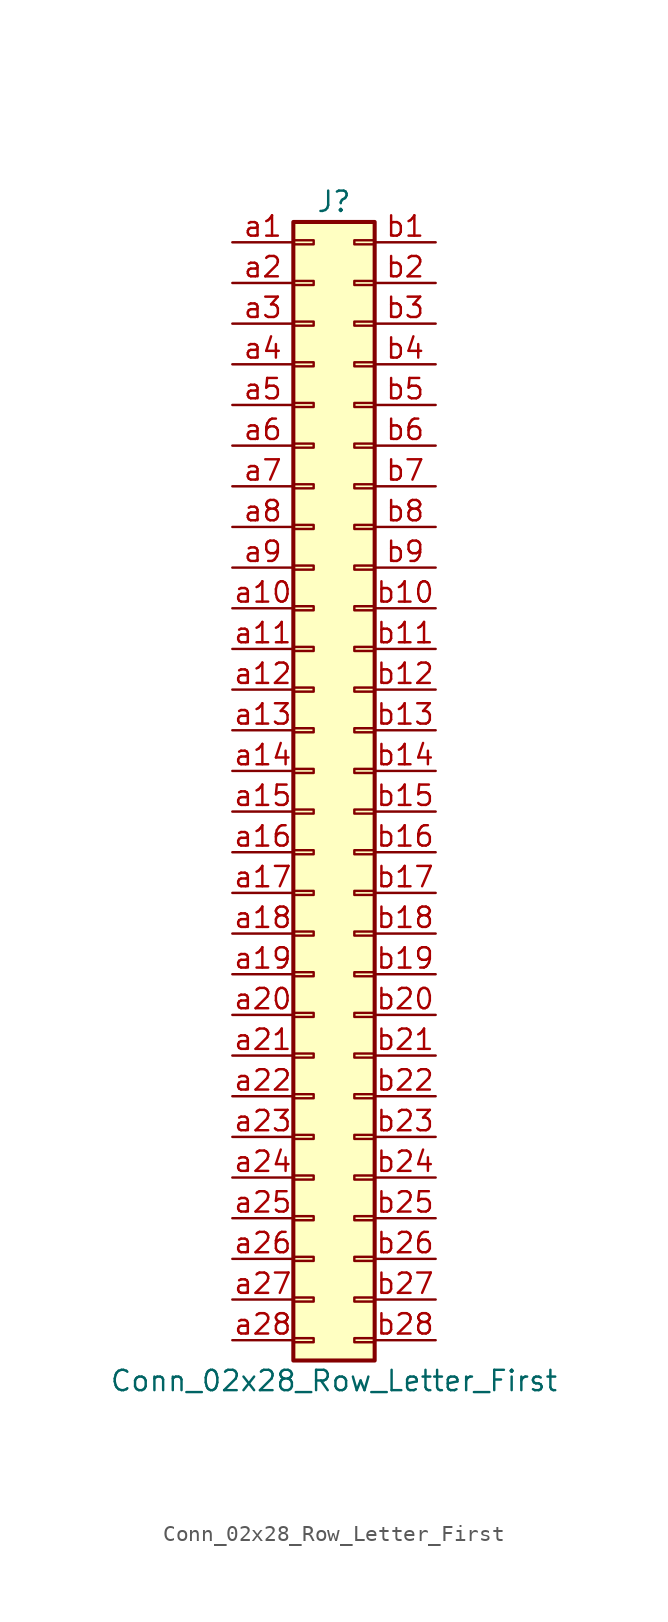
<source format=kicad_sym>
(kicad_symbol_lib
  (version 20201005)
  (generator kicad_symbol_editor)
  (symbol "Conn_02x28_Row_Letter_First"
    (pin_names
      (offset 1.016) hide)
    (property "Reference" "J"
      (at 1.27 35.56 0)
      (effects (font (size 1.27 1.27))))
    (property "Value" "Conn_02x28_Row_Letter_First"
      (at 1.27 -38.1 0)
      (effects (font (size 1.27 1.27))))
    (symbol "Conn_02x28_Row_Letter_First_1_1"
      (rectangle (start -1.27 -35.433) (end 0 -35.687) (stroke (width 0.152)) (fill (type none)))
      (rectangle (start -1.27 -32.893) (end 0 -33.147) (stroke (width 0.152)) (fill (type none)))
      (rectangle (start -1.27 -30.353) (end 0 -30.607) (stroke (width 0.152)) (fill (type none)))
      (rectangle (start -1.27 -27.813) (end 0 -28.067) (stroke (width 0.152)) (fill (type none)))
      (rectangle (start -1.27 -25.273) (end 0 -25.527) (stroke (width 0.152)) (fill (type none)))
      (rectangle (start -1.27 -22.733) (end 0 -22.987) (stroke (width 0.152)) (fill (type none)))
      (rectangle (start -1.27 -20.193) (end 0 -20.447) (stroke (width 0.152)) (fill (type none)))
      (rectangle (start -1.27 -17.653) (end 0 -17.907) (stroke (width 0.152)) (fill (type none)))
      (rectangle (start -1.27 -15.113) (end 0 -15.367) (stroke (width 0.152)) (fill (type none)))
      (rectangle (start -1.27 -12.573) (end 0 -12.827) (stroke (width 0.152)) (fill (type none)))
      (rectangle (start -1.27 -10.033) (end 0 -10.287) (stroke (width 0.152)) (fill (type none)))
      (rectangle (start -1.27 -7.493) (end 0 -7.747) (stroke (width 0.152)) (fill (type none)))
      (rectangle (start -1.27 -4.953) (end 0 -5.207) (stroke (width 0.152)) (fill (type none)))
      (rectangle (start -1.27 -2.413) (end 0 -2.667) (stroke (width 0.152)) (fill (type none)))
      (rectangle (start -1.27 0.127) (end 0 -0.127) (stroke (width 0.152)) (fill (type none)))
      (rectangle (start -1.27 2.667) (end 0 2.413) (stroke (width 0.152)) (fill (type none)))
      (rectangle (start -1.27 5.207) (end 0 4.953) (stroke (width 0.152)) (fill (type none)))
      (rectangle (start -1.27 7.747) (end 0 7.493) (stroke (width 0.152)) (fill (type none)))
      (rectangle (start -1.27 10.287) (end 0 10.033) (stroke (width 0.152)) (fill (type none)))
      (rectangle (start -1.27 12.827) (end 0 12.573) (stroke (width 0.152)) (fill (type none)))
      (rectangle (start -1.27 15.367) (end 0 15.113) (stroke (width 0.152)) (fill (type none)))
      (rectangle (start -1.27 17.907) (end 0 17.653) (stroke (width 0.152)) (fill (type none)))
      (rectangle (start -1.27 20.447) (end 0 20.193) (stroke (width 0.152)) (fill (type none)))
      (rectangle (start -1.27 22.987) (end 0 22.733) (stroke (width 0.152)) (fill (type none)))
      (rectangle (start -1.27 25.527) (end 0 25.273) (stroke (width 0.152)) (fill (type none)))
      (rectangle (start -1.27 28.067) (end 0 27.813) (stroke (width 0.152)) (fill (type none)))
      (rectangle (start -1.27 30.607) (end 0 30.353) (stroke (width 0.152)) (fill (type none)))
      (rectangle (start -1.27 33.147) (end 0 32.893) (stroke (width 0.152)) (fill (type none)))
      (rectangle (start -1.27 34.29) (end 3.81 -36.83) (stroke (width 0.254)) (fill (type background)))
      (rectangle (start 3.81 -35.433) (end 2.54 -35.687) (stroke (width 0.152)) (fill (type none)))
      (rectangle (start 3.81 -32.893) (end 2.54 -33.147) (stroke (width 0.152)) (fill (type none)))
      (rectangle (start 3.81 -30.353) (end 2.54 -30.607) (stroke (width 0.152)) (fill (type none)))
      (rectangle (start 3.81 -27.813) (end 2.54 -28.067) (stroke (width 0.152)) (fill (type none)))
      (rectangle (start 3.81 -25.273) (end 2.54 -25.527) (stroke (width 0.152)) (fill (type none)))
      (rectangle (start 3.81 -22.733) (end 2.54 -22.987) (stroke (width 0.152)) (fill (type none)))
      (rectangle (start 3.81 -20.193) (end 2.54 -20.447) (stroke (width 0.152)) (fill (type none)))
      (rectangle (start 3.81 -17.653) (end 2.54 -17.907) (stroke (width 0.152)) (fill (type none)))
      (rectangle (start 3.81 -15.113) (end 2.54 -15.367) (stroke (width 0.152)) (fill (type none)))
      (rectangle (start 3.81 -12.573) (end 2.54 -12.827) (stroke (width 0.152)) (fill (type none)))
      (rectangle (start 3.81 -10.033) (end 2.54 -10.287) (stroke (width 0.152)) (fill (type none)))
      (rectangle (start 3.81 -7.493) (end 2.54 -7.747) (stroke (width 0.152)) (fill (type none)))
      (rectangle (start 3.81 -4.953) (end 2.54 -5.207) (stroke (width 0.152)) (fill (type none)))
      (rectangle (start 3.81 -2.413) (end 2.54 -2.667) (stroke (width 0.152)) (fill (type none)))
      (rectangle (start 3.81 0.127) (end 2.54 -0.127) (stroke (width 0.152)) (fill (type none)))
      (rectangle (start 3.81 2.667) (end 2.54 2.413) (stroke (width 0.152)) (fill (type none)))
      (rectangle (start 3.81 5.207) (end 2.54 4.953) (stroke (width 0.152)) (fill (type none)))
      (rectangle (start 3.81 7.747) (end 2.54 7.493) (stroke (width 0.152)) (fill (type none)))
      (rectangle (start 3.81 10.287) (end 2.54 10.033) (stroke (width 0.152)) (fill (type none)))
      (rectangle (start 3.81 12.827) (end 2.54 12.573) (stroke (width 0.152)) (fill (type none)))
      (rectangle (start 3.81 15.367) (end 2.54 15.113) (stroke (width 0.152)) (fill (type none)))
      (rectangle (start 3.81 17.907) (end 2.54 17.653) (stroke (width 0.152)) (fill (type none)))
      (rectangle (start 3.81 20.447) (end 2.54 20.193) (stroke (width 0.152)) (fill (type none)))
      (rectangle (start 3.81 22.987) (end 2.54 22.733) (stroke (width 0.152)) (fill (type none)))
      (rectangle (start 3.81 25.527) (end 2.54 25.273) (stroke (width 0.152)) (fill (type none)))
      (rectangle (start 3.81 28.067) (end 2.54 27.813) (stroke (width 0.152)) (fill (type none)))
      (rectangle (start 3.81 30.607) (end 2.54 30.353) (stroke (width 0.152)) (fill (type none)))
      (rectangle (start 3.81 33.147) (end 2.54 32.893) (stroke (width 0.152)) (fill (type none)))
      (pin passive line (at -5.08 33.02 0) (length 3.81) (name "Pin_a1" (effects (font (size 1.27 1.27)))) (number "a1" (effects (font (size 1.27 1.27)))))
      (pin passive line (at -5.08 10.16 0) (length 3.81) (name "Pin_a10" (effects (font (size 1.27 1.27)))) (number "a10" (effects (font (size 1.27 1.27)))))
      (pin passive line (at -5.08 7.62 0) (length 3.81) (name "Pin_a11" (effects (font (size 1.27 1.27)))) (number "a11" (effects (font (size 1.27 1.27)))))
      (pin passive line (at -5.08 5.08 0) (length 3.81) (name "Pin_a12" (effects (font (size 1.27 1.27)))) (number "a12" (effects (font (size 1.27 1.27)))))
      (pin passive line (at -5.08 2.54 0) (length 3.81) (name "Pin_a13" (effects (font (size 1.27 1.27)))) (number "a13" (effects (font (size 1.27 1.27)))))
      (pin passive line (at -5.08 0 0) (length 3.81) (name "Pin_a14" (effects (font (size 1.27 1.27)))) (number "a14" (effects (font (size 1.27 1.27)))))
      (pin passive line (at -5.08 -2.54 0) (length 3.81) (name "Pin_a15" (effects (font (size 1.27 1.27)))) (number "a15" (effects (font (size 1.27 1.27)))))
      (pin passive line (at -5.08 -5.08 0) (length 3.81) (name "Pin_a16" (effects (font (size 1.27 1.27)))) (number "a16" (effects (font (size 1.27 1.27)))))
      (pin passive line (at -5.08 -7.62 0) (length 3.81) (name "Pin_a17" (effects (font (size 1.27 1.27)))) (number "a17" (effects (font (size 1.27 1.27)))))
      (pin passive line (at -5.08 -10.16 0) (length 3.81) (name "Pin_a18" (effects (font (size 1.27 1.27)))) (number "a18" (effects (font (size 1.27 1.27)))))
      (pin passive line (at -5.08 -12.7 0) (length 3.81) (name "Pin_a19" (effects (font (size 1.27 1.27)))) (number "a19" (effects (font (size 1.27 1.27)))))
      (pin passive line (at -5.08 30.48 0) (length 3.81) (name "Pin_a2" (effects (font (size 1.27 1.27)))) (number "a2" (effects (font (size 1.27 1.27)))))
      (pin passive line (at -5.08 -15.24 0) (length 3.81) (name "Pin_a20" (effects (font (size 1.27 1.27)))) (number "a20" (effects (font (size 1.27 1.27)))))
      (pin passive line (at -5.08 -17.78 0) (length 3.81) (name "Pin_a21" (effects (font (size 1.27 1.27)))) (number "a21" (effects (font (size 1.27 1.27)))))
      (pin passive line (at -5.08 -20.32 0) (length 3.81) (name "Pin_a22" (effects (font (size 1.27 1.27)))) (number "a22" (effects (font (size 1.27 1.27)))))
      (pin passive line (at -5.08 -22.86 0) (length 3.81) (name "Pin_a23" (effects (font (size 1.27 1.27)))) (number "a23" (effects (font (size 1.27 1.27)))))
      (pin passive line (at -5.08 -25.4 0) (length 3.81) (name "Pin_a24" (effects (font (size 1.27 1.27)))) (number "a24" (effects (font (size 1.27 1.27)))))
      (pin passive line (at -5.08 -27.94 0) (length 3.81) (name "Pin_a25" (effects (font (size 1.27 1.27)))) (number "a25" (effects (font (size 1.27 1.27)))))
      (pin passive line (at -5.08 -30.48 0) (length 3.81) (name "Pin_a26" (effects (font (size 1.27 1.27)))) (number "a26" (effects (font (size 1.27 1.27)))))
      (pin passive line (at -5.08 -33.02 0) (length 3.81) (name "Pin_a27" (effects (font (size 1.27 1.27)))) (number "a27" (effects (font (size 1.27 1.27)))))
      (pin passive line (at -5.08 -35.56 0) (length 3.81) (name "Pin_a28" (effects (font (size 1.27 1.27)))) (number "a28" (effects (font (size 1.27 1.27)))))
      (pin passive line (at -5.08 27.94 0) (length 3.81) (name "Pin_a3" (effects (font (size 1.27 1.27)))) (number "a3" (effects (font (size 1.27 1.27)))))
      (pin passive line (at -5.08 25.4 0) (length 3.81) (name "Pin_a4" (effects (font (size 1.27 1.27)))) (number "a4" (effects (font (size 1.27 1.27)))))
      (pin passive line (at -5.08 22.86 0) (length 3.81) (name "Pin_a5" (effects (font (size 1.27 1.27)))) (number "a5" (effects (font (size 1.27 1.27)))))
      (pin passive line (at -5.08 20.32 0) (length 3.81) (name "Pin_a6" (effects (font (size 1.27 1.27)))) (number "a6" (effects (font (size 1.27 1.27)))))
      (pin passive line (at -5.08 17.78 0) (length 3.81) (name "Pin_a7" (effects (font (size 1.27 1.27)))) (number "a7" (effects (font (size 1.27 1.27)))))
      (pin passive line (at -5.08 15.24 0) (length 3.81) (name "Pin_a8" (effects (font (size 1.27 1.27)))) (number "a8" (effects (font (size 1.27 1.27)))))
      (pin passive line (at -5.08 12.7 0) (length 3.81) (name "Pin_a9" (effects (font (size 1.27 1.27)))) (number "a9" (effects (font (size 1.27 1.27)))))
      (pin passive line (at 7.62 33.02 180) (length 3.81) (name "Pin_b1" (effects (font (size 1.27 1.27)))) (number "b1" (effects (font (size 1.27 1.27)))))
      (pin passive line (at 7.62 10.16 180) (length 3.81) (name "Pin_b10" (effects (font (size 1.27 1.27)))) (number "b10" (effects (font (size 1.27 1.27)))))
      (pin passive line (at 7.62 7.62 180) (length 3.81) (name "Pin_b11" (effects (font (size 1.27 1.27)))) (number "b11" (effects (font (size 1.27 1.27)))))
      (pin passive line (at 7.62 5.08 180) (length 3.81) (name "Pin_b12" (effects (font (size 1.27 1.27)))) (number "b12" (effects (font (size 1.27 1.27)))))
      (pin passive line (at 7.62 2.54 180) (length 3.81) (name "Pin_b13" (effects (font (size 1.27 1.27)))) (number "b13" (effects (font (size 1.27 1.27)))))
      (pin passive line (at 7.62 0 180) (length 3.81) (name "Pin_b14" (effects (font (size 1.27 1.27)))) (number "b14" (effects (font (size 1.27 1.27)))))
      (pin passive line (at 7.62 -2.54 180) (length 3.81) (name "Pin_b15" (effects (font (size 1.27 1.27)))) (number "b15" (effects (font (size 1.27 1.27)))))
      (pin passive line (at 7.62 -5.08 180) (length 3.81) (name "Pin_b16" (effects (font (size 1.27 1.27)))) (number "b16" (effects (font (size 1.27 1.27)))))
      (pin passive line (at 7.62 -7.62 180) (length 3.81) (name "Pin_b17" (effects (font (size 1.27 1.27)))) (number "b17" (effects (font (size 1.27 1.27)))))
      (pin passive line (at 7.62 -10.16 180) (length 3.81) (name "Pin_b18" (effects (font (size 1.27 1.27)))) (number "b18" (effects (font (size 1.27 1.27)))))
      (pin passive line (at 7.62 -12.7 180) (length 3.81) (name "Pin_b19" (effects (font (size 1.27 1.27)))) (number "b19" (effects (font (size 1.27 1.27)))))
      (pin passive line (at 7.62 30.48 180) (length 3.81) (name "Pin_b2" (effects (font (size 1.27 1.27)))) (number "b2" (effects (font (size 1.27 1.27)))))
      (pin passive line (at 7.62 -15.24 180) (length 3.81) (name "Pin_b20" (effects (font (size 1.27 1.27)))) (number "b20" (effects (font (size 1.27 1.27)))))
      (pin passive line (at 7.62 -17.78 180) (length 3.81) (name "Pin_b21" (effects (font (size 1.27 1.27)))) (number "b21" (effects (font (size 1.27 1.27)))))
      (pin passive line (at 7.62 -20.32 180) (length 3.81) (name "Pin_b22" (effects (font (size 1.27 1.27)))) (number "b22" (effects (font (size 1.27 1.27)))))
      (pin passive line (at 7.62 -22.86 180) (length 3.81) (name "Pin_b23" (effects (font (size 1.27 1.27)))) (number "b23" (effects (font (size 1.27 1.27)))))
      (pin passive line (at 7.62 -25.4 180) (length 3.81) (name "Pin_b24" (effects (font (size 1.27 1.27)))) (number "b24" (effects (font (size 1.27 1.27)))))
      (pin passive line (at 7.62 -27.94 180) (length 3.81) (name "Pin_b25" (effects (font (size 1.27 1.27)))) (number "b25" (effects (font (size 1.27 1.27)))))
      (pin passive line (at 7.62 -30.48 180) (length 3.81) (name "Pin_b26" (effects (font (size 1.27 1.27)))) (number "b26" (effects (font (size 1.27 1.27)))))
      (pin passive line (at 7.62 -33.02 180) (length 3.81) (name "Pin_b27" (effects (font (size 1.27 1.27)))) (number "b27" (effects (font (size 1.27 1.27)))))
      (pin passive line (at 7.62 -35.56 180) (length 3.81) (name "Pin_b28" (effects (font (size 1.27 1.27)))) (number "b28" (effects (font (size 1.27 1.27)))))
      (pin passive line (at 7.62 27.94 180) (length 3.81) (name "Pin_b3" (effects (font (size 1.27 1.27)))) (number "b3" (effects (font (size 1.27 1.27)))))
      (pin passive line (at 7.62 25.4 180) (length 3.81) (name "Pin_b4" (effects (font (size 1.27 1.27)))) (number "b4" (effects (font (size 1.27 1.27)))))
      (pin passive line (at 7.62 22.86 180) (length 3.81) (name "Pin_b5" (effects (font (size 1.27 1.27)))) (number "b5" (effects (font (size 1.27 1.27)))))
      (pin passive line (at 7.62 20.32 180) (length 3.81) (name "Pin_b6" (effects (font (size 1.27 1.27)))) (number "b6" (effects (font (size 1.27 1.27)))))
      (pin passive line (at 7.62 17.78 180) (length 3.81) (name "Pin_b7" (effects (font (size 1.27 1.27)))) (number "b7" (effects (font (size 1.27 1.27)))))
      (pin passive line (at 7.62 15.24 180) (length 3.81) (name "Pin_b8" (effects (font (size 1.27 1.27)))) (number "b8" (effects (font (size 1.27 1.27)))))
      (pin passive line (at 7.62 12.7 180) (length 3.81) (name "Pin_b9" (effects (font (size 1.27 1.27)))) (number "b9" (effects (font (size 1.27 1.27))))))))
</source>
